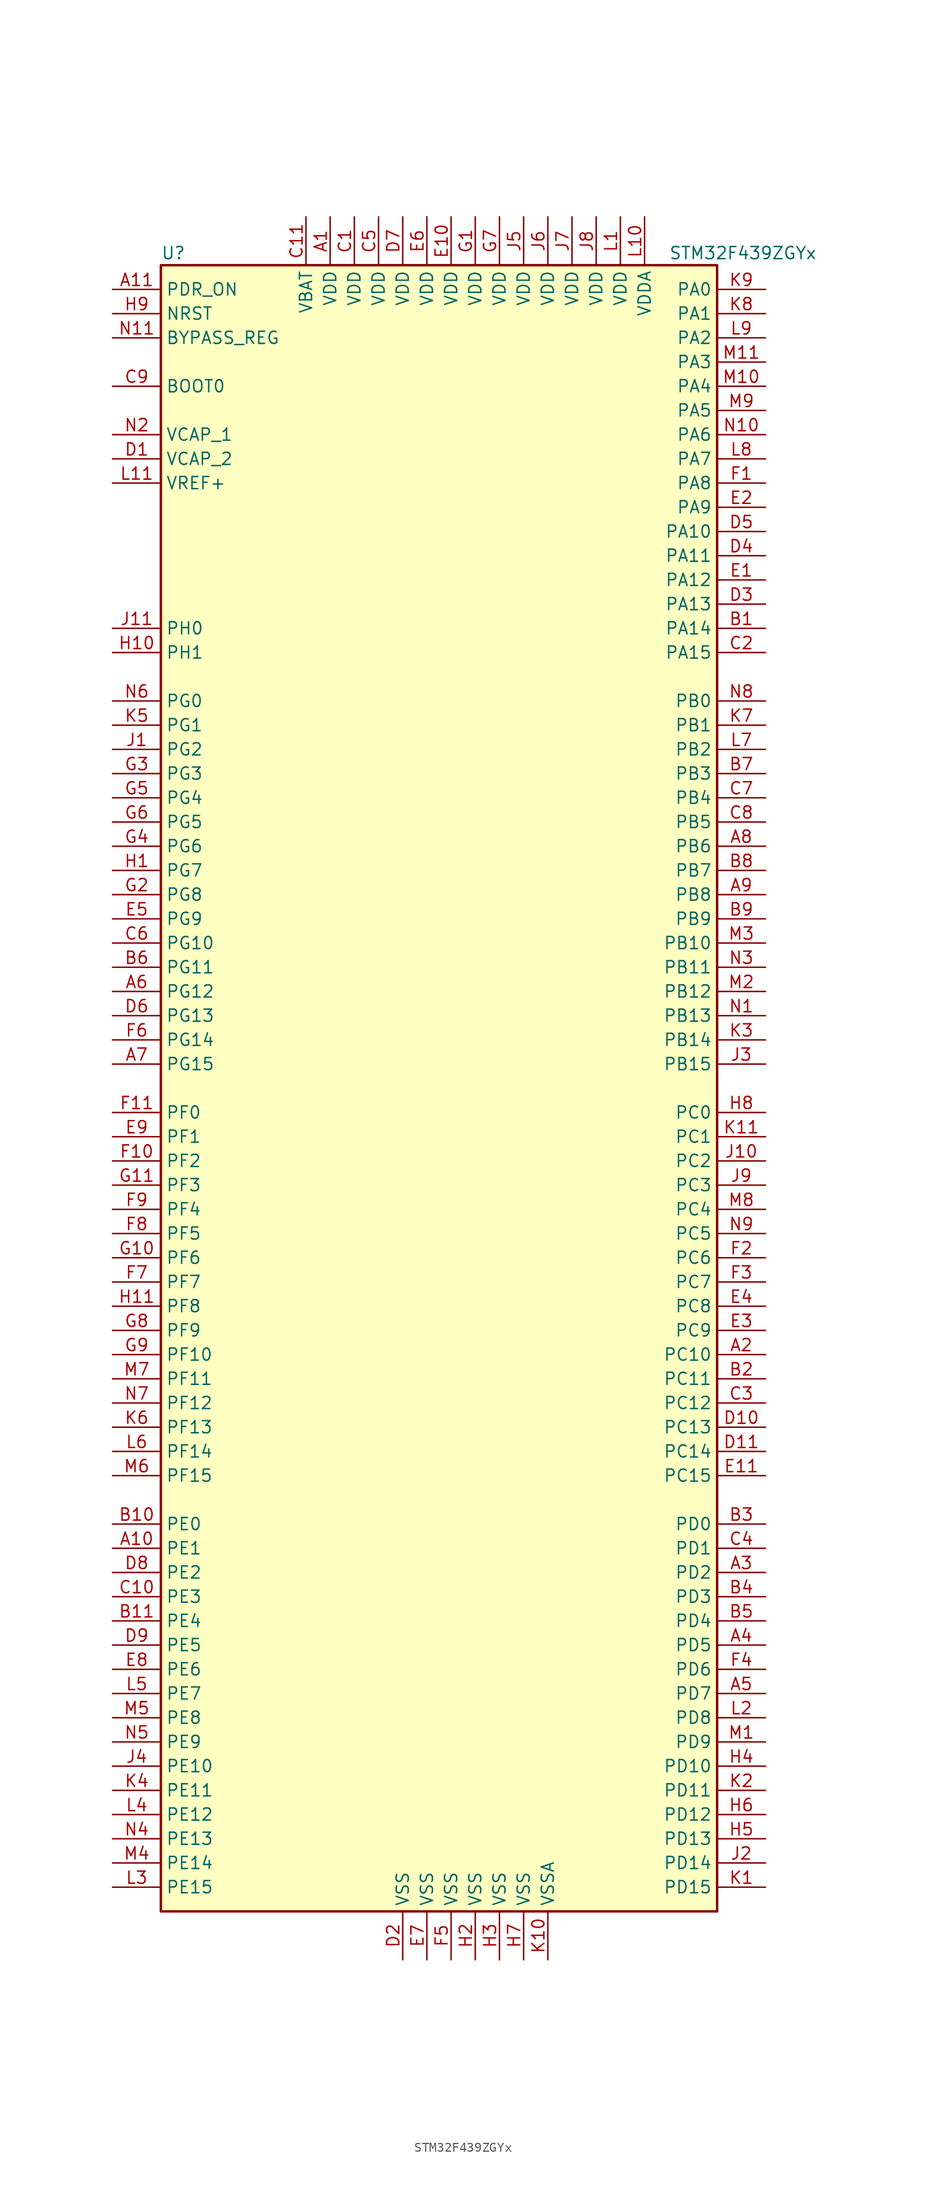
<source format=kicad_sym>
(kicad_symbol_lib
  (version 20220914)
  (generator kicad_symbol_editor)
  (symbol "STM32F439ZGYx"
    (property "Reference" "U"
      (at -30.48 87.63 0)
      (effects (font (size 1.27 1.27)) (justify left)))
    (property "Value" "STM32F439ZGYx"
      (at 22.86 87.63 0)
      (effects (font (size 1.27 1.27)) (justify left)))
    (symbol "STM32F439ZGYx_0_1"
      (rectangle (start -30.48 -86.36) (end 27.94 86.36) (stroke (width 0.254) (type default)) (fill (type background))))
    (symbol "STM32F439ZGYx_1_1"
      (pin power_in line (at -12.7 91.44 270) (length 5.08) (name "VDD" (effects (font (size 1.27 1.27)))) (number "A1" (effects (font (size 1.27 1.27)))))
      (pin bidirectional line (at -35.56 -48.26 0) (length 5.08) (name "PE1" (effects (font (size 1.27 1.27)))) (number "A10" (effects (font (size 1.27 1.27)))))
      (pin input line (at -35.56 83.82 0) (length 5.08) (name "PDR_ON" (effects (font (size 1.27 1.27)))) (number "A11" (effects (font (size 1.27 1.27)))))
      (pin bidirectional line (at 33.02 -27.94 180) (length 5.08) (name "PC10" (effects (font (size 1.27 1.27)))) (number "A2" (effects (font (size 1.27 1.27)))))
      (pin bidirectional line (at 33.02 -50.8 180) (length 5.08) (name "PD2" (effects (font (size 1.27 1.27)))) (number "A3" (effects (font (size 1.27 1.27)))))
      (pin bidirectional line (at 33.02 -58.42 180) (length 5.08) (name "PD5" (effects (font (size 1.27 1.27)))) (number "A4" (effects (font (size 1.27 1.27)))))
      (pin bidirectional line (at 33.02 -63.5 180) (length 5.08) (name "PD7" (effects (font (size 1.27 1.27)))) (number "A5" (effects (font (size 1.27 1.27)))))
      (pin bidirectional line (at -35.56 10.16 0) (length 5.08) (name "PG12" (effects (font (size 1.27 1.27)))) (number "A6" (effects (font (size 1.27 1.27)))))
      (pin bidirectional line (at -35.56 2.54 0) (length 5.08) (name "PG15" (effects (font (size 1.27 1.27)))) (number "A7" (effects (font (size 1.27 1.27)))))
      (pin bidirectional line (at 33.02 25.4 180) (length 5.08) (name "PB6" (effects (font (size 1.27 1.27)))) (number "A8" (effects (font (size 1.27 1.27)))))
      (pin bidirectional line (at 33.02 20.32 180) (length 5.08) (name "PB8" (effects (font (size 1.27 1.27)))) (number "A9" (effects (font (size 1.27 1.27)))))
      (pin bidirectional line (at 33.02 48.26 180) (length 5.08) (name "PA14" (effects (font (size 1.27 1.27)))) (number "B1" (effects (font (size 1.27 1.27)))))
      (pin bidirectional line (at -35.56 -45.72 0) (length 5.08) (name "PE0" (effects (font (size 1.27 1.27)))) (number "B10" (effects (font (size 1.27 1.27)))))
      (pin bidirectional line (at -35.56 -55.88 0) (length 5.08) (name "PE4" (effects (font (size 1.27 1.27)))) (number "B11" (effects (font (size 1.27 1.27)))))
      (pin bidirectional line (at 33.02 -30.48 180) (length 5.08) (name "PC11" (effects (font (size 1.27 1.27)))) (number "B2" (effects (font (size 1.27 1.27)))))
      (pin bidirectional line (at 33.02 -45.72 180) (length 5.08) (name "PD0" (effects (font (size 1.27 1.27)))) (number "B3" (effects (font (size 1.27 1.27)))))
      (pin bidirectional line (at 33.02 -53.34 180) (length 5.08) (name "PD3" (effects (font (size 1.27 1.27)))) (number "B4" (effects (font (size 1.27 1.27)))))
      (pin bidirectional line (at 33.02 -55.88 180) (length 5.08) (name "PD4" (effects (font (size 1.27 1.27)))) (number "B5" (effects (font (size 1.27 1.27)))))
      (pin bidirectional line (at -35.56 12.7 0) (length 5.08) (name "PG11" (effects (font (size 1.27 1.27)))) (number "B6" (effects (font (size 1.27 1.27)))))
      (pin bidirectional line (at 33.02 33.02 180) (length 5.08) (name "PB3" (effects (font (size 1.27 1.27)))) (number "B7" (effects (font (size 1.27 1.27)))))
      (pin bidirectional line (at 33.02 22.86 180) (length 5.08) (name "PB7" (effects (font (size 1.27 1.27)))) (number "B8" (effects (font (size 1.27 1.27)))))
      (pin bidirectional line (at 33.02 17.78 180) (length 5.08) (name "PB9" (effects (font (size 1.27 1.27)))) (number "B9" (effects (font (size 1.27 1.27)))))
      (pin power_in line (at -10.16 91.44 270) (length 5.08) (name "VDD" (effects (font (size 1.27 1.27)))) (number "C1" (effects (font (size 1.27 1.27)))))
      (pin bidirectional line (at -35.56 -53.34 0) (length 5.08) (name "PE3" (effects (font (size 1.27 1.27)))) (number "C10" (effects (font (size 1.27 1.27)))))
      (pin power_in line (at -15.24 91.44 270) (length 5.08) (name "VBAT" (effects (font (size 1.27 1.27)))) (number "C11" (effects (font (size 1.27 1.27)))))
      (pin bidirectional line (at 33.02 45.72 180) (length 5.08) (name "PA15" (effects (font (size 1.27 1.27)))) (number "C2" (effects (font (size 1.27 1.27)))))
      (pin bidirectional line (at 33.02 -33.02 180) (length 5.08) (name "PC12" (effects (font (size 1.27 1.27)))) (number "C3" (effects (font (size 1.27 1.27)))))
      (pin bidirectional line (at 33.02 -48.26 180) (length 5.08) (name "PD1" (effects (font (size 1.27 1.27)))) (number "C4" (effects (font (size 1.27 1.27)))))
      (pin power_in line (at -7.62 91.44 270) (length 5.08) (name "VDD" (effects (font (size 1.27 1.27)))) (number "C5" (effects (font (size 1.27 1.27)))))
      (pin bidirectional line (at -35.56 15.24 0) (length 5.08) (name "PG10" (effects (font (size 1.27 1.27)))) (number "C6" (effects (font (size 1.27 1.27)))))
      (pin bidirectional line (at 33.02 30.48 180) (length 5.08) (name "PB4" (effects (font (size 1.27 1.27)))) (number "C7" (effects (font (size 1.27 1.27)))))
      (pin bidirectional line (at 33.02 27.94 180) (length 5.08) (name "PB5" (effects (font (size 1.27 1.27)))) (number "C8" (effects (font (size 1.27 1.27)))))
      (pin input line (at -35.56 73.66 0) (length 5.08) (name "BOOT0" (effects (font (size 1.27 1.27)))) (number "C9" (effects (font (size 1.27 1.27)))))
      (pin power_in line (at -35.56 66.04 0) (length 5.08) (name "VCAP_2" (effects (font (size 1.27 1.27)))) (number "D1" (effects (font (size 1.27 1.27)))))
      (pin bidirectional line (at 33.02 -35.56 180) (length 5.08) (name "PC13" (effects (font (size 1.27 1.27)))) (number "D10" (effects (font (size 1.27 1.27)))))
      (pin bidirectional line (at 33.02 -38.1 180) (length 5.08) (name "PC14" (effects (font (size 1.27 1.27)))) (number "D11" (effects (font (size 1.27 1.27)))))
      (pin power_in line (at -5.08 -91.44 90) (length 5.08) (name "VSS" (effects (font (size 1.27 1.27)))) (number "D2" (effects (font (size 1.27 1.27)))))
      (pin bidirectional line (at 33.02 50.8 180) (length 5.08) (name "PA13" (effects (font (size 1.27 1.27)))) (number "D3" (effects (font (size 1.27 1.27)))))
      (pin bidirectional line (at 33.02 55.88 180) (length 5.08) (name "PA11" (effects (font (size 1.27 1.27)))) (number "D4" (effects (font (size 1.27 1.27)))))
      (pin bidirectional line (at 33.02 58.42 180) (length 5.08) (name "PA10" (effects (font (size 1.27 1.27)))) (number "D5" (effects (font (size 1.27 1.27)))))
      (pin bidirectional line (at -35.56 7.62 0) (length 5.08) (name "PG13" (effects (font (size 1.27 1.27)))) (number "D6" (effects (font (size 1.27 1.27)))))
      (pin power_in line (at -5.08 91.44 270) (length 5.08) (name "VDD" (effects (font (size 1.27 1.27)))) (number "D7" (effects (font (size 1.27 1.27)))))
      (pin bidirectional line (at -35.56 -50.8 0) (length 5.08) (name "PE2" (effects (font (size 1.27 1.27)))) (number "D8" (effects (font (size 1.27 1.27)))))
      (pin bidirectional line (at -35.56 -58.42 0) (length 5.08) (name "PE5" (effects (font (size 1.27 1.27)))) (number "D9" (effects (font (size 1.27 1.27)))))
      (pin bidirectional line (at 33.02 53.34 180) (length 5.08) (name "PA12" (effects (font (size 1.27 1.27)))) (number "E1" (effects (font (size 1.27 1.27)))))
      (pin power_in line (at 0 91.44 270) (length 5.08) (name "VDD" (effects (font (size 1.27 1.27)))) (number "E10" (effects (font (size 1.27 1.27)))))
      (pin bidirectional line (at 33.02 -40.64 180) (length 5.08) (name "PC15" (effects (font (size 1.27 1.27)))) (number "E11" (effects (font (size 1.27 1.27)))))
      (pin bidirectional line (at 33.02 60.96 180) (length 5.08) (name "PA9" (effects (font (size 1.27 1.27)))) (number "E2" (effects (font (size 1.27 1.27)))))
      (pin bidirectional line (at 33.02 -25.4 180) (length 5.08) (name "PC9" (effects (font (size 1.27 1.27)))) (number "E3" (effects (font (size 1.27 1.27)))))
      (pin bidirectional line (at 33.02 -22.86 180) (length 5.08) (name "PC8" (effects (font (size 1.27 1.27)))) (number "E4" (effects (font (size 1.27 1.27)))))
      (pin bidirectional line (at -35.56 17.78 0) (length 5.08) (name "PG9" (effects (font (size 1.27 1.27)))) (number "E5" (effects (font (size 1.27 1.27)))))
      (pin power_in line (at -2.54 91.44 270) (length 5.08) (name "VDD" (effects (font (size 1.27 1.27)))) (number "E6" (effects (font (size 1.27 1.27)))))
      (pin power_in line (at -2.54 -91.44 90) (length 5.08) (name "VSS" (effects (font (size 1.27 1.27)))) (number "E7" (effects (font (size 1.27 1.27)))))
      (pin bidirectional line (at -35.56 -60.96 0) (length 5.08) (name "PE6" (effects (font (size 1.27 1.27)))) (number "E8" (effects (font (size 1.27 1.27)))))
      (pin bidirectional line (at -35.56 -5.08 0) (length 5.08) (name "PF1" (effects (font (size 1.27 1.27)))) (number "E9" (effects (font (size 1.27 1.27)))))
      (pin bidirectional line (at 33.02 63.5 180) (length 5.08) (name "PA8" (effects (font (size 1.27 1.27)))) (number "F1" (effects (font (size 1.27 1.27)))))
      (pin bidirectional line (at -35.56 -7.62 0) (length 5.08) (name "PF2" (effects (font (size 1.27 1.27)))) (number "F10" (effects (font (size 1.27 1.27)))))
      (pin bidirectional line (at -35.56 -2.54 0) (length 5.08) (name "PF0" (effects (font (size 1.27 1.27)))) (number "F11" (effects (font (size 1.27 1.27)))))
      (pin bidirectional line (at 33.02 -17.78 180) (length 5.08) (name "PC6" (effects (font (size 1.27 1.27)))) (number "F2" (effects (font (size 1.27 1.27)))))
      (pin bidirectional line (at 33.02 -20.32 180) (length 5.08) (name "PC7" (effects (font (size 1.27 1.27)))) (number "F3" (effects (font (size 1.27 1.27)))))
      (pin bidirectional line (at 33.02 -60.96 180) (length 5.08) (name "PD6" (effects (font (size 1.27 1.27)))) (number "F4" (effects (font (size 1.27 1.27)))))
      (pin power_in line (at 0 -91.44 90) (length 5.08) (name "VSS" (effects (font (size 1.27 1.27)))) (number "F5" (effects (font (size 1.27 1.27)))))
      (pin bidirectional line (at -35.56 5.08 0) (length 5.08) (name "PG14" (effects (font (size 1.27 1.27)))) (number "F6" (effects (font (size 1.27 1.27)))))
      (pin bidirectional line (at -35.56 -20.32 0) (length 5.08) (name "PF7" (effects (font (size 1.27 1.27)))) (number "F7" (effects (font (size 1.27 1.27)))))
      (pin bidirectional line (at -35.56 -15.24 0) (length 5.08) (name "PF5" (effects (font (size 1.27 1.27)))) (number "F8" (effects (font (size 1.27 1.27)))))
      (pin bidirectional line (at -35.56 -12.7 0) (length 5.08) (name "PF4" (effects (font (size 1.27 1.27)))) (number "F9" (effects (font (size 1.27 1.27)))))
      (pin power_in line (at 2.54 91.44 270) (length 5.08) (name "VDD" (effects (font (size 1.27 1.27)))) (number "G1" (effects (font (size 1.27 1.27)))))
      (pin bidirectional line (at -35.56 -17.78 0) (length 5.08) (name "PF6" (effects (font (size 1.27 1.27)))) (number "G10" (effects (font (size 1.27 1.27)))))
      (pin bidirectional line (at -35.56 -10.16 0) (length 5.08) (name "PF3" (effects (font (size 1.27 1.27)))) (number "G11" (effects (font (size 1.27 1.27)))))
      (pin bidirectional line (at -35.56 20.32 0) (length 5.08) (name "PG8" (effects (font (size 1.27 1.27)))) (number "G2" (effects (font (size 1.27 1.27)))))
      (pin bidirectional line (at -35.56 33.02 0) (length 5.08) (name "PG3" (effects (font (size 1.27 1.27)))) (number "G3" (effects (font (size 1.27 1.27)))))
      (pin bidirectional line (at -35.56 25.4 0) (length 5.08) (name "PG6" (effects (font (size 1.27 1.27)))) (number "G4" (effects (font (size 1.27 1.27)))))
      (pin bidirectional line (at -35.56 30.48 0) (length 5.08) (name "PG4" (effects (font (size 1.27 1.27)))) (number "G5" (effects (font (size 1.27 1.27)))))
      (pin bidirectional line (at -35.56 27.94 0) (length 5.08) (name "PG5" (effects (font (size 1.27 1.27)))) (number "G6" (effects (font (size 1.27 1.27)))))
      (pin power_in line (at 5.08 91.44 270) (length 5.08) (name "VDD" (effects (font (size 1.27 1.27)))) (number "G7" (effects (font (size 1.27 1.27)))))
      (pin bidirectional line (at -35.56 -25.4 0) (length 5.08) (name "PF9" (effects (font (size 1.27 1.27)))) (number "G8" (effects (font (size 1.27 1.27)))))
      (pin bidirectional line (at -35.56 -27.94 0) (length 5.08) (name "PF10" (effects (font (size 1.27 1.27)))) (number "G9" (effects (font (size 1.27 1.27)))))
      (pin bidirectional line (at -35.56 22.86 0) (length 5.08) (name "PG7" (effects (font (size 1.27 1.27)))) (number "H1" (effects (font (size 1.27 1.27)))))
      (pin input line (at -35.56 45.72 0) (length 5.08) (name "PH1" (effects (font (size 1.27 1.27)))) (number "H10" (effects (font (size 1.27 1.27)))))
      (pin bidirectional line (at -35.56 -22.86 0) (length 5.08) (name "PF8" (effects (font (size 1.27 1.27)))) (number "H11" (effects (font (size 1.27 1.27)))))
      (pin power_in line (at 2.54 -91.44 90) (length 5.08) (name "VSS" (effects (font (size 1.27 1.27)))) (number "H2" (effects (font (size 1.27 1.27)))))
      (pin power_in line (at 5.08 -91.44 90) (length 5.08) (name "VSS" (effects (font (size 1.27 1.27)))) (number "H3" (effects (font (size 1.27 1.27)))))
      (pin bidirectional line (at 33.02 -71.12 180) (length 5.08) (name "PD10" (effects (font (size 1.27 1.27)))) (number "H4" (effects (font (size 1.27 1.27)))))
      (pin bidirectional line (at 33.02 -78.74 180) (length 5.08) (name "PD13" (effects (font (size 1.27 1.27)))) (number "H5" (effects (font (size 1.27 1.27)))))
      (pin bidirectional line (at 33.02 -76.2 180) (length 5.08) (name "PD12" (effects (font (size 1.27 1.27)))) (number "H6" (effects (font (size 1.27 1.27)))))
      (pin power_in line (at 7.62 -91.44 90) (length 5.08) (name "VSS" (effects (font (size 1.27 1.27)))) (number "H7" (effects (font (size 1.27 1.27)))))
      (pin bidirectional line (at 33.02 -2.54 180) (length 5.08) (name "PC0" (effects (font (size 1.27 1.27)))) (number "H8" (effects (font (size 1.27 1.27)))))
      (pin input line (at -35.56 81.28 0) (length 5.08) (name "NRST" (effects (font (size 1.27 1.27)))) (number "H9" (effects (font (size 1.27 1.27)))))
      (pin bidirectional line (at -35.56 35.56 0) (length 5.08) (name "PG2" (effects (font (size 1.27 1.27)))) (number "J1" (effects (font (size 1.27 1.27)))))
      (pin bidirectional line (at 33.02 -7.62 180) (length 5.08) (name "PC2" (effects (font (size 1.27 1.27)))) (number "J10" (effects (font (size 1.27 1.27)))))
      (pin input line (at -35.56 48.26 0) (length 5.08) (name "PH0" (effects (font (size 1.27 1.27)))) (number "J11" (effects (font (size 1.27 1.27)))))
      (pin bidirectional line (at 33.02 -81.28 180) (length 5.08) (name "PD14" (effects (font (size 1.27 1.27)))) (number "J2" (effects (font (size 1.27 1.27)))))
      (pin bidirectional line (at 33.02 2.54 180) (length 5.08) (name "PB15" (effects (font (size 1.27 1.27)))) (number "J3" (effects (font (size 1.27 1.27)))))
      (pin bidirectional line (at -35.56 -71.12 0) (length 5.08) (name "PE10" (effects (font (size 1.27 1.27)))) (number "J4" (effects (font (size 1.27 1.27)))))
      (pin power_in line (at 7.62 91.44 270) (length 5.08) (name "VDD" (effects (font (size 1.27 1.27)))) (number "J5" (effects (font (size 1.27 1.27)))))
      (pin power_in line (at 10.16 91.44 270) (length 5.08) (name "VDD" (effects (font (size 1.27 1.27)))) (number "J6" (effects (font (size 1.27 1.27)))))
      (pin power_in line (at 12.7 91.44 270) (length 5.08) (name "VDD" (effects (font (size 1.27 1.27)))) (number "J7" (effects (font (size 1.27 1.27)))))
      (pin power_in line (at 15.24 91.44 270) (length 5.08) (name "VDD" (effects (font (size 1.27 1.27)))) (number "J8" (effects (font (size 1.27 1.27)))))
      (pin bidirectional line (at 33.02 -10.16 180) (length 5.08) (name "PC3" (effects (font (size 1.27 1.27)))) (number "J9" (effects (font (size 1.27 1.27)))))
      (pin bidirectional line (at 33.02 -83.82 180) (length 5.08) (name "PD15" (effects (font (size 1.27 1.27)))) (number "K1" (effects (font (size 1.27 1.27)))))
      (pin power_in line (at 10.16 -91.44 90) (length 5.08) (name "VSSA" (effects (font (size 1.27 1.27)))) (number "K10" (effects (font (size 1.27 1.27)))))
      (pin bidirectional line (at 33.02 -5.08 180) (length 5.08) (name "PC1" (effects (font (size 1.27 1.27)))) (number "K11" (effects (font (size 1.27 1.27)))))
      (pin bidirectional line (at 33.02 -73.66 180) (length 5.08) (name "PD11" (effects (font (size 1.27 1.27)))) (number "K2" (effects (font (size 1.27 1.27)))))
      (pin bidirectional line (at 33.02 5.08 180) (length 5.08) (name "PB14" (effects (font (size 1.27 1.27)))) (number "K3" (effects (font (size 1.27 1.27)))))
      (pin bidirectional line (at -35.56 -73.66 0) (length 5.08) (name "PE11" (effects (font (size 1.27 1.27)))) (number "K4" (effects (font (size 1.27 1.27)))))
      (pin bidirectional line (at -35.56 38.1 0) (length 5.08) (name "PG1" (effects (font (size 1.27 1.27)))) (number "K5" (effects (font (size 1.27 1.27)))))
      (pin bidirectional line (at -35.56 -35.56 0) (length 5.08) (name "PF13" (effects (font (size 1.27 1.27)))) (number "K6" (effects (font (size 1.27 1.27)))))
      (pin bidirectional line (at 33.02 38.1 180) (length 5.08) (name "PB1" (effects (font (size 1.27 1.27)))) (number "K7" (effects (font (size 1.27 1.27)))))
      (pin bidirectional line (at 33.02 81.28 180) (length 5.08) (name "PA1" (effects (font (size 1.27 1.27)))) (number "K8" (effects (font (size 1.27 1.27)))))
      (pin bidirectional line (at 33.02 83.82 180) (length 5.08) (name "PA0" (effects (font (size 1.27 1.27)))) (number "K9" (effects (font (size 1.27 1.27)))))
      (pin power_in line (at 17.78 91.44 270) (length 5.08) (name "VDD" (effects (font (size 1.27 1.27)))) (number "L1" (effects (font (size 1.27 1.27)))))
      (pin power_in line (at 20.32 91.44 270) (length 5.08) (name "VDDA" (effects (font (size 1.27 1.27)))) (number "L10" (effects (font (size 1.27 1.27)))))
      (pin power_in line (at -35.56 63.5 0) (length 5.08) (name "VREF+" (effects (font (size 1.27 1.27)))) (number "L11" (effects (font (size 1.27 1.27)))))
      (pin bidirectional line (at 33.02 -66.04 180) (length 5.08) (name "PD8" (effects (font (size 1.27 1.27)))) (number "L2" (effects (font (size 1.27 1.27)))))
      (pin bidirectional line (at -35.56 -83.82 0) (length 5.08) (name "PE15" (effects (font (size 1.27 1.27)))) (number "L3" (effects (font (size 1.27 1.27)))))
      (pin bidirectional line (at -35.56 -76.2 0) (length 5.08) (name "PE12" (effects (font (size 1.27 1.27)))) (number "L4" (effects (font (size 1.27 1.27)))))
      (pin bidirectional line (at -35.56 -63.5 0) (length 5.08) (name "PE7" (effects (font (size 1.27 1.27)))) (number "L5" (effects (font (size 1.27 1.27)))))
      (pin bidirectional line (at -35.56 -38.1 0) (length 5.08) (name "PF14" (effects (font (size 1.27 1.27)))) (number "L6" (effects (font (size 1.27 1.27)))))
      (pin bidirectional line (at 33.02 35.56 180) (length 5.08) (name "PB2" (effects (font (size 1.27 1.27)))) (number "L7" (effects (font (size 1.27 1.27)))))
      (pin bidirectional line (at 33.02 66.04 180) (length 5.08) (name "PA7" (effects (font (size 1.27 1.27)))) (number "L8" (effects (font (size 1.27 1.27)))))
      (pin bidirectional line (at 33.02 78.74 180) (length 5.08) (name "PA2" (effects (font (size 1.27 1.27)))) (number "L9" (effects (font (size 1.27 1.27)))))
      (pin bidirectional line (at 33.02 -68.58 180) (length 5.08) (name "PD9" (effects (font (size 1.27 1.27)))) (number "M1" (effects (font (size 1.27 1.27)))))
      (pin bidirectional line (at 33.02 73.66 180) (length 5.08) (name "PA4" (effects (font (size 1.27 1.27)))) (number "M10" (effects (font (size 1.27 1.27)))))
      (pin bidirectional line (at 33.02 76.2 180) (length 5.08) (name "PA3" (effects (font (size 1.27 1.27)))) (number "M11" (effects (font (size 1.27 1.27)))))
      (pin bidirectional line (at 33.02 10.16 180) (length 5.08) (name "PB12" (effects (font (size 1.27 1.27)))) (number "M2" (effects (font (size 1.27 1.27)))))
      (pin bidirectional line (at 33.02 15.24 180) (length 5.08) (name "PB10" (effects (font (size 1.27 1.27)))) (number "M3" (effects (font (size 1.27 1.27)))))
      (pin bidirectional line (at -35.56 -81.28 0) (length 5.08) (name "PE14" (effects (font (size 1.27 1.27)))) (number "M4" (effects (font (size 1.27 1.27)))))
      (pin bidirectional line (at -35.56 -66.04 0) (length 5.08) (name "PE8" (effects (font (size 1.27 1.27)))) (number "M5" (effects (font (size 1.27 1.27)))))
      (pin bidirectional line (at -35.56 -40.64 0) (length 5.08) (name "PF15" (effects (font (size 1.27 1.27)))) (number "M6" (effects (font (size 1.27 1.27)))))
      (pin bidirectional line (at -35.56 -30.48 0) (length 5.08) (name "PF11" (effects (font (size 1.27 1.27)))) (number "M7" (effects (font (size 1.27 1.27)))))
      (pin bidirectional line (at 33.02 -12.7 180) (length 5.08) (name "PC4" (effects (font (size 1.27 1.27)))) (number "M8" (effects (font (size 1.27 1.27)))))
      (pin bidirectional line (at 33.02 71.12 180) (length 5.08) (name "PA5" (effects (font (size 1.27 1.27)))) (number "M9" (effects (font (size 1.27 1.27)))))
      (pin bidirectional line (at 33.02 7.62 180) (length 5.08) (name "PB13" (effects (font (size 1.27 1.27)))) (number "N1" (effects (font (size 1.27 1.27)))))
      (pin bidirectional line (at 33.02 68.58 180) (length 5.08) (name "PA6" (effects (font (size 1.27 1.27)))) (number "N10" (effects (font (size 1.27 1.27)))))
      (pin input line (at -35.56 78.74 0) (length 5.08) (name "BYPASS_REG" (effects (font (size 1.27 1.27)))) (number "N11" (effects (font (size 1.27 1.27)))))
      (pin power_in line (at -35.56 68.58 0) (length 5.08) (name "VCAP_1" (effects (font (size 1.27 1.27)))) (number "N2" (effects (font (size 1.27 1.27)))))
      (pin bidirectional line (at 33.02 12.7 180) (length 5.08) (name "PB11" (effects (font (size 1.27 1.27)))) (number "N3" (effects (font (size 1.27 1.27)))))
      (pin bidirectional line (at -35.56 -78.74 0) (length 5.08) (name "PE13" (effects (font (size 1.27 1.27)))) (number "N4" (effects (font (size 1.27 1.27)))))
      (pin bidirectional line (at -35.56 -68.58 0) (length 5.08) (name "PE9" (effects (font (size 1.27 1.27)))) (number "N5" (effects (font (size 1.27 1.27)))))
      (pin bidirectional line (at -35.56 40.64 0) (length 5.08) (name "PG0" (effects (font (size 1.27 1.27)))) (number "N6" (effects (font (size 1.27 1.27)))))
      (pin bidirectional line (at -35.56 -33.02 0) (length 5.08) (name "PF12" (effects (font (size 1.27 1.27)))) (number "N7" (effects (font (size 1.27 1.27)))))
      (pin bidirectional line (at 33.02 40.64 180) (length 5.08) (name "PB0" (effects (font (size 1.27 1.27)))) (number "N8" (effects (font (size 1.27 1.27)))))
      (pin bidirectional line (at 33.02 -15.24 180) (length 5.08) (name "PC5" (effects (font (size 1.27 1.27)))) (number "N9" (effects (font (size 1.27 1.27))))))))
</source>
